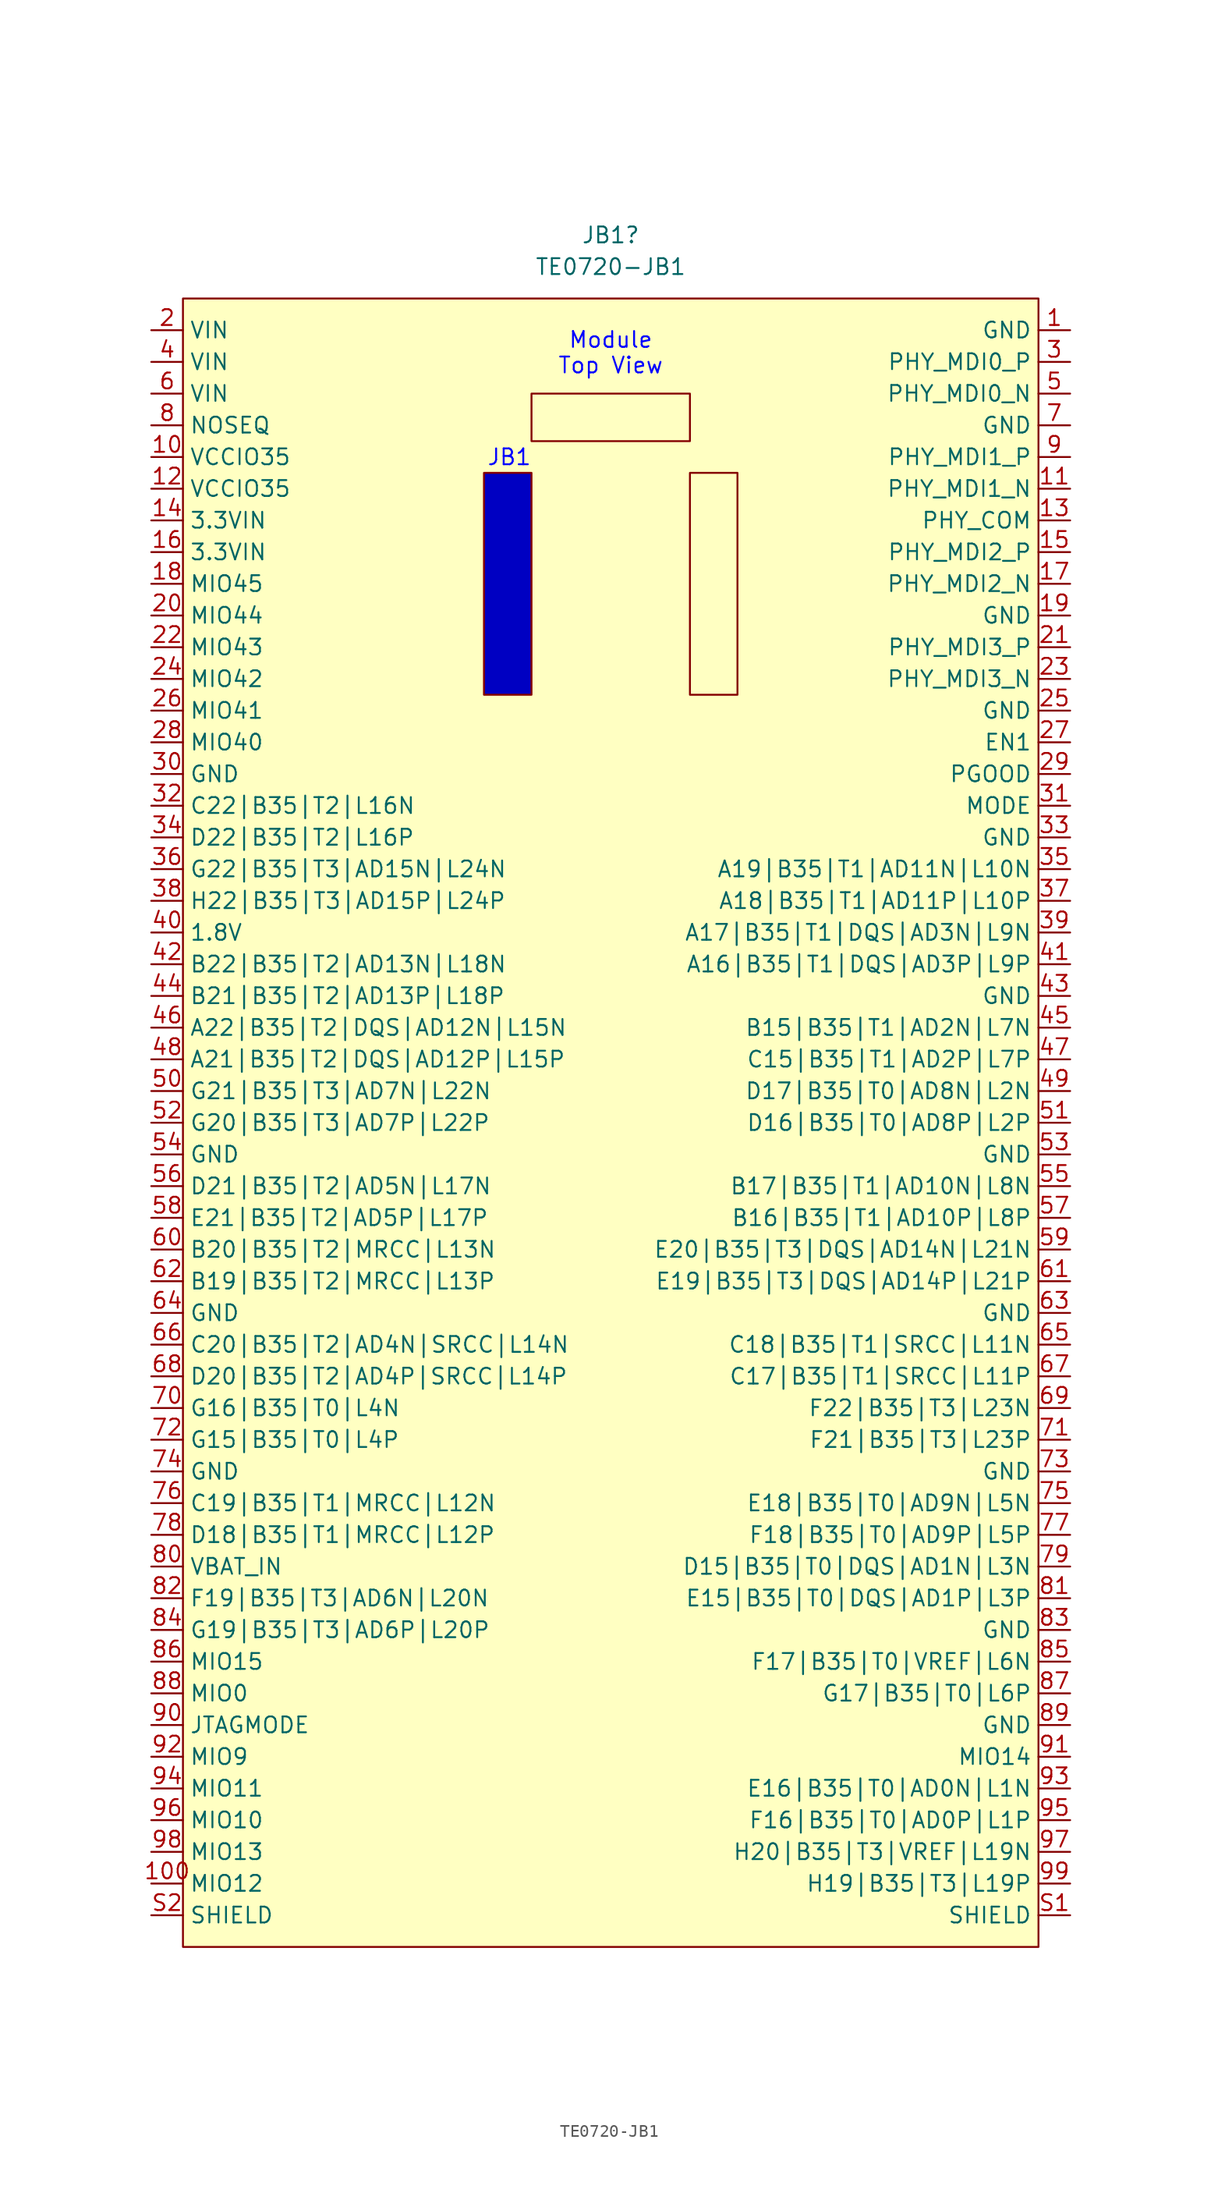
<source format=kicad_sym>
(kicad_symbol_lib
  (version 20241209)
  (generator "kicad_symbol_editor")
  (generator_version "9.0")
  (symbol "TE0720-JB1"
    (property "Reference" "JB1"
      (at 0 66.04 0)
      (effects (font (size 1.27 1.27))))
    (property "Value" "TE0720-JB1"
      (at 0 63.5 0)
      (effects (font (size 1.27 1.27))))
    (symbol "TE0720-JB1_0_1"
      (rectangle (start -6.35 53.34) (end 6.35 49.53) (stroke (width 0) (type default)) (fill (type none)))
      (rectangle (start 6.35 29.21) (end 10.16 46.99) (stroke (width 0) (type default)) (fill (type none))))
    (symbol "TE0720-JB1_1_1"
      (rectangle (start -34.29 60.96) (end 34.29 -71.12) (stroke (width 0) (type default)) (fill (type background)))
      (rectangle (start -10.16 46.99) (end -6.35 29.21) (stroke (width 0) (type default)) (fill (type color) (color 0 0 194 1)))
      (text "JB1" (at -8.128 48.26 0) (effects (font (size 1.27 1.27) (color 0 0 255 1))))
      (text "Module\nTop View" (at 0 56.642 0) (effects (font (size 1.27 1.27) (color 0 0 255 1))))
      (pin power_in line (at -36.83 58.42 0) (length 2.54) (name "VIN" (effects (font (size 1.27 1.27)))) (number "2" (effects (font (size 1.27 1.27)))))
      (pin power_in line (at -36.83 55.88 0) (length 2.54) (name "VIN" (effects (font (size 1.27 1.27)))) (number "4" (effects (font (size 1.27 1.27)))))
      (pin power_in line (at -36.83 53.34 0) (length 2.54) (name "VIN" (effects (font (size 1.27 1.27)))) (number "6" (effects (font (size 1.27 1.27)))))
      (pin input line (at -36.83 50.8 0) (length 2.54) (name "NOSEQ" (effects (font (size 1.27 1.27)))) (number "8" (effects (font (size 1.27 1.27)))))
      (pin power_in line (at -36.83 48.26 0) (length 2.54) (name "VCCIO35" (effects (font (size 1.27 1.27)))) (number "10" (effects (font (size 1.27 1.27)))))
      (pin power_in line (at -36.83 45.72 0) (length 2.54) (name "VCCIO35" (effects (font (size 1.27 1.27)))) (number "12" (effects (font (size 1.27 1.27)))))
      (pin power_in line (at -36.83 43.18 0) (length 2.54) (name "3.3VIN" (effects (font (size 1.27 1.27)))) (number "14" (effects (font (size 1.27 1.27)))))
      (pin power_in line (at -36.83 40.64 0) (length 2.54) (name "3.3VIN" (effects (font (size 1.27 1.27)))) (number "16" (effects (font (size 1.27 1.27)))))
      (pin bidirectional line (at -36.83 38.1 0) (length 2.54) (name "MIO45" (effects (font (size 1.27 1.27)))) (number "18" (effects (font (size 1.27 1.27)))))
      (pin bidirectional line (at -36.83 35.56 0) (length 2.54) (name "MIO44" (effects (font (size 1.27 1.27)))) (number "20" (effects (font (size 1.27 1.27)))))
      (pin bidirectional line (at -36.83 33.02 0) (length 2.54) (name "MIO43" (effects (font (size 1.27 1.27)))) (number "22" (effects (font (size 1.27 1.27)))))
      (pin bidirectional line (at -36.83 30.48 0) (length 2.54) (name "MIO42" (effects (font (size 1.27 1.27)))) (number "24" (effects (font (size 1.27 1.27)))))
      (pin bidirectional line (at -36.83 27.94 0) (length 2.54) (name "MIO41" (effects (font (size 1.27 1.27)))) (number "26" (effects (font (size 1.27 1.27)))))
      (pin bidirectional line (at -36.83 25.4 0) (length 2.54) (name "MIO40" (effects (font (size 1.27 1.27)))) (number "28" (effects (font (size 1.27 1.27)))))
      (pin passive line (at -36.83 22.86 0) (length 2.54) (name "GND" (effects (font (size 1.27 1.27)))) (number "30" (effects (font (size 1.27 1.27)))))
      (pin bidirectional line (at -36.83 20.32 0) (length 2.54) (name "C22|B35|T2|L16N" (effects (font (size 1.27 1.27)))) (number "32" (effects (font (size 1.27 1.27)))))
      (pin bidirectional line (at -36.83 17.78 0) (length 2.54) (name "D22|B35|T2|L16P" (effects (font (size 1.27 1.27)))) (number "34" (effects (font (size 1.27 1.27)))))
      (pin bidirectional line (at -36.83 15.24 0) (length 2.54) (name "G22|B35|T3|AD15N|L24N" (effects (font (size 1.27 1.27)))) (number "36" (effects (font (size 1.27 1.27)))))
      (pin bidirectional line (at -36.83 12.7 0) (length 2.54) (name "H22|B35|T3|AD15P|L24P" (effects (font (size 1.27 1.27)))) (number "38" (effects (font (size 1.27 1.27)))))
      (pin power_out line (at -36.83 10.16 0) (length 2.54) (name "1.8V" (effects (font (size 1.27 1.27)))) (number "40" (effects (font (size 1.27 1.27)))))
      (pin bidirectional line (at -36.83 7.62 0) (length 2.54) (name "B22|B35|T2|AD13N|L18N" (effects (font (size 1.27 1.27)))) (number "42" (effects (font (size 1.27 1.27)))))
      (pin bidirectional line (at -36.83 5.08 0) (length 2.54) (name "B21|B35|T2|AD13P|L18P" (effects (font (size 1.27 1.27)))) (number "44" (effects (font (size 1.27 1.27)))))
      (pin bidirectional line (at -36.83 2.54 0) (length 2.54) (name "A22|B35|T2|DQS|AD12N|L15N" (effects (font (size 1.27 1.27)))) (number "46" (effects (font (size 1.27 1.27)))))
      (pin bidirectional line (at -36.83 0 0) (length 2.54) (name "A21|B35|T2|DQS|AD12P|L15P" (effects (font (size 1.27 1.27)))) (number "48" (effects (font (size 1.27 1.27)))))
      (pin bidirectional line (at -36.83 -2.54 0) (length 2.54) (name "G21|B35|T3|AD7N|L22N" (effects (font (size 1.27 1.27)))) (number "50" (effects (font (size 1.27 1.27)))))
      (pin bidirectional line (at -36.83 -5.08 0) (length 2.54) (name "G20|B35|T3|AD7P|L22P" (effects (font (size 1.27 1.27)))) (number "52" (effects (font (size 1.27 1.27)))))
      (pin passive line (at -36.83 -7.62 0) (length 2.54) (name "GND" (effects (font (size 1.27 1.27)))) (number "54" (effects (font (size 1.27 1.27)))))
      (pin bidirectional line (at -36.83 -10.16 0) (length 2.54) (name "D21|B35|T2|AD5N|L17N" (effects (font (size 1.27 1.27)))) (number "56" (effects (font (size 1.27 1.27)))))
      (pin bidirectional line (at -36.83 -12.7 0) (length 2.54) (name "E21|B35|T2|AD5P|L17P" (effects (font (size 1.27 1.27)))) (number "58" (effects (font (size 1.27 1.27)))))
      (pin bidirectional line (at -36.83 -15.24 0) (length 2.54) (name "B20|B35|T2|MRCC|L13N" (effects (font (size 1.27 1.27)))) (number "60" (effects (font (size 1.27 1.27)))))
      (pin bidirectional line (at -36.83 -17.78 0) (length 2.54) (name "B19|B35|T2|MRCC|L13P" (effects (font (size 1.27 1.27)))) (number "62" (effects (font (size 1.27 1.27)))))
      (pin passive line (at -36.83 -20.32 0) (length 2.54) (name "GND" (effects (font (size 1.27 1.27)))) (number "64" (effects (font (size 1.27 1.27)))))
      (pin bidirectional line (at -36.83 -22.86 0) (length 2.54) (name "C20|B35|T2|AD4N|SRCC|L14N" (effects (font (size 1.27 1.27)))) (number "66" (effects (font (size 1.27 1.27)))))
      (pin bidirectional line (at -36.83 -25.4 0) (length 2.54) (name "D20|B35|T2|AD4P|SRCC|L14P" (effects (font (size 1.27 1.27)))) (number "68" (effects (font (size 1.27 1.27)))))
      (pin bidirectional line (at -36.83 -27.94 0) (length 2.54) (name "G16|B35|T0|L4N" (effects (font (size 1.27 1.27)))) (number "70" (effects (font (size 1.27 1.27)))))
      (pin bidirectional line (at -36.83 -30.48 0) (length 2.54) (name "G15|B35|T0|L4P" (effects (font (size 1.27 1.27)))) (number "72" (effects (font (size 1.27 1.27)))))
      (pin passive line (at -36.83 -33.02 0) (length 2.54) (name "GND" (effects (font (size 1.27 1.27)))) (number "74" (effects (font (size 1.27 1.27)))))
      (pin bidirectional line (at -36.83 -35.56 0) (length 2.54) (name "C19|B35|T1|MRCC|L12N" (effects (font (size 1.27 1.27)))) (number "76" (effects (font (size 1.27 1.27)))))
      (pin bidirectional line (at -36.83 -38.1 0) (length 2.54) (name "D18|B35|T1|MRCC|L12P" (effects (font (size 1.27 1.27)))) (number "78" (effects (font (size 1.27 1.27)))))
      (pin power_in line (at -36.83 -40.64 0) (length 2.54) (name "VBAT_IN" (effects (font (size 1.27 1.27)))) (number "80" (effects (font (size 1.27 1.27)))))
      (pin bidirectional line (at -36.83 -43.18 0) (length 2.54) (name "F19|B35|T3|AD6N|L20N" (effects (font (size 1.27 1.27)))) (number "82" (effects (font (size 1.27 1.27)))))
      (pin bidirectional line (at -36.83 -45.72 0) (length 2.54) (name "G19|B35|T3|AD6P|L20P" (effects (font (size 1.27 1.27)))) (number "84" (effects (font (size 1.27 1.27)))))
      (pin bidirectional line (at -36.83 -48.26 0) (length 2.54) (name "MIO15" (effects (font (size 1.27 1.27)))) (number "86" (effects (font (size 1.27 1.27)))))
      (pin bidirectional line (at -36.83 -50.8 0) (length 2.54) (name "MIO0" (effects (font (size 1.27 1.27)))) (number "88" (effects (font (size 1.27 1.27)))))
      (pin input line (at -36.83 -53.34 0) (length 2.54) (name "JTAGMODE" (effects (font (size 1.27 1.27)))) (number "90" (effects (font (size 1.27 1.27)))))
      (pin bidirectional line (at -36.83 -55.88 0) (length 2.54) (name "MIO9" (effects (font (size 1.27 1.27)))) (number "92" (effects (font (size 1.27 1.27)))))
      (pin bidirectional line (at -36.83 -58.42 0) (length 2.54) (name "MIO11" (effects (font (size 1.27 1.27)))) (number "94" (effects (font (size 1.27 1.27)))))
      (pin bidirectional line (at -36.83 -60.96 0) (length 2.54) (name "MIO10" (effects (font (size 1.27 1.27)))) (number "96" (effects (font (size 1.27 1.27)))))
      (pin bidirectional line (at -36.83 -63.5 0) (length 2.54) (name "MIO13" (effects (font (size 1.27 1.27)))) (number "98" (effects (font (size 1.27 1.27)))))
      (pin bidirectional line (at -36.83 -66.04 0) (length 2.54) (name "MIO12" (effects (font (size 1.27 1.27)))) (number "100" (effects (font (size 1.27 1.27)))))
      (pin passive line (at -36.83 -68.58 0) (length 2.54) (name "SHIELD" (effects (font (size 1.27 1.27)))) (number "S2" (effects (font (size 1.27 1.27)))))
      (pin passive line (at 36.83 58.42 180) (length 2.54) (name "GND" (effects (font (size 1.27 1.27)))) (number "1" (effects (font (size 1.27 1.27)))))
      (pin bidirectional line (at 36.83 55.88 180) (length 2.54) (name "PHY_MDI0_P" (effects (font (size 1.27 1.27)))) (number "3" (effects (font (size 1.27 1.27)))))
      (pin bidirectional line (at 36.83 53.34 180) (length 2.54) (name "PHY_MDI0_N" (effects (font (size 1.27 1.27)))) (number "5" (effects (font (size 1.27 1.27)))))
      (pin passive line (at 36.83 50.8 180) (length 2.54) (name "GND" (effects (font (size 1.27 1.27)))) (number "7" (effects (font (size 1.27 1.27)))))
      (pin bidirectional line (at 36.83 48.26 180) (length 2.54) (name "PHY_MDI1_P" (effects (font (size 1.27 1.27)))) (number "9" (effects (font (size 1.27 1.27)))))
      (pin bidirectional line (at 36.83 45.72 180) (length 2.54) (name "PHY_MDI1_N" (effects (font (size 1.27 1.27)))) (number "11" (effects (font (size 1.27 1.27)))))
      (pin passive line (at 36.83 43.18 180) (length 2.54) (name "PHY_COM" (effects (font (size 1.27 1.27)))) (number "13" (effects (font (size 1.27 1.27)))))
      (pin bidirectional line (at 36.83 40.64 180) (length 2.54) (name "PHY_MDI2_P" (effects (font (size 1.27 1.27)))) (number "15" (effects (font (size 1.27 1.27)))))
      (pin bidirectional line (at 36.83 38.1 180) (length 2.54) (name "PHY_MDI2_N" (effects (font (size 1.27 1.27)))) (number "17" (effects (font (size 1.27 1.27)))))
      (pin passive line (at 36.83 35.56 180) (length 2.54) (name "GND" (effects (font (size 1.27 1.27)))) (number "19" (effects (font (size 1.27 1.27)))))
      (pin bidirectional line (at 36.83 33.02 180) (length 2.54) (name "PHY_MDI3_P" (effects (font (size 1.27 1.27)))) (number "21" (effects (font (size 1.27 1.27)))))
      (pin bidirectional line (at 36.83 30.48 180) (length 2.54) (name "PHY_MDI3_N" (effects (font (size 1.27 1.27)))) (number "23" (effects (font (size 1.27 1.27)))))
      (pin passive line (at 36.83 27.94 180) (length 2.54) (name "GND" (effects (font (size 1.27 1.27)))) (number "25" (effects (font (size 1.27 1.27)))))
      (pin input line (at 36.83 25.4 180) (length 2.54) (name "EN1" (effects (font (size 1.27 1.27)))) (number "27" (effects (font (size 1.27 1.27)))))
      (pin output line (at 36.83 22.86 180) (length 2.54) (name "PGOOD" (effects (font (size 1.27 1.27)))) (number "29" (effects (font (size 1.27 1.27)))))
      (pin input line (at 36.83 20.32 180) (length 2.54) (name "MODE" (effects (font (size 1.27 1.27)))) (number "31" (effects (font (size 1.27 1.27)))))
      (pin passive line (at 36.83 17.78 180) (length 2.54) (name "GND" (effects (font (size 1.27 1.27)))) (number "33" (effects (font (size 1.27 1.27)))))
      (pin bidirectional line (at 36.83 15.24 180) (length 2.54) (name "A19|B35|T1|AD11N|L10N" (effects (font (size 1.27 1.27)))) (number "35" (effects (font (size 1.27 1.27)))))
      (pin bidirectional line (at 36.83 12.7 180) (length 2.54) (name "A18|B35|T1|AD11P|L10P" (effects (font (size 1.27 1.27)))) (number "37" (effects (font (size 1.27 1.27)))))
      (pin bidirectional line (at 36.83 10.16 180) (length 2.54) (name "A17|B35|T1|DQS|AD3N|L9N" (effects (font (size 1.27 1.27)))) (number "39" (effects (font (size 1.27 1.27)))))
      (pin bidirectional line (at 36.83 7.62 180) (length 2.54) (name "A16|B35|T1|DQS|AD3P|L9P" (effects (font (size 1.27 1.27)))) (number "41" (effects (font (size 1.27 1.27)))))
      (pin passive line (at 36.83 5.08 180) (length 2.54) (name "GND" (effects (font (size 1.27 1.27)))) (number "43" (effects (font (size 1.27 1.27)))))
      (pin bidirectional line (at 36.83 2.54 180) (length 2.54) (name "B15|B35|T1|AD2N|L7N" (effects (font (size 1.27 1.27)))) (number "45" (effects (font (size 1.27 1.27)))))
      (pin bidirectional line (at 36.83 0 180) (length 2.54) (name "C15|B35|T1|AD2P|L7P" (effects (font (size 1.27 1.27)))) (number "47" (effects (font (size 1.27 1.27)))))
      (pin bidirectional line (at 36.83 -2.54 180) (length 2.54) (name "D17|B35|T0|AD8N|L2N" (effects (font (size 1.27 1.27)))) (number "49" (effects (font (size 1.27 1.27)))))
      (pin bidirectional line (at 36.83 -5.08 180) (length 2.54) (name "D16|B35|T0|AD8P|L2P" (effects (font (size 1.27 1.27)))) (number "51" (effects (font (size 1.27 1.27)))))
      (pin passive line (at 36.83 -7.62 180) (length 2.54) (name "GND" (effects (font (size 1.27 1.27)))) (number "53" (effects (font (size 1.27 1.27)))))
      (pin bidirectional line (at 36.83 -10.16 180) (length 2.54) (name "B17|B35|T1|AD10N|L8N" (effects (font (size 1.27 1.27)))) (number "55" (effects (font (size 1.27 1.27)))))
      (pin bidirectional line (at 36.83 -12.7 180) (length 2.54) (name "B16|B35|T1|AD10P|L8P" (effects (font (size 1.27 1.27)))) (number "57" (effects (font (size 1.27 1.27)))))
      (pin bidirectional line (at 36.83 -15.24 180) (length 2.54) (name "E20|B35|T3|DQS|AD14N|L21N" (effects (font (size 1.27 1.27)))) (number "59" (effects (font (size 1.27 1.27)))))
      (pin bidirectional line (at 36.83 -17.78 180) (length 2.54) (name "E19|B35|T3|DQS|AD14P|L21P" (effects (font (size 1.27 1.27)))) (number "61" (effects (font (size 1.27 1.27)))))
      (pin passive line (at 36.83 -20.32 180) (length 2.54) (name "GND" (effects (font (size 1.27 1.27)))) (number "63" (effects (font (size 1.27 1.27)))))
      (pin bidirectional line (at 36.83 -22.86 180) (length 2.54) (name "C18|B35|T1|SRCC|L11N" (effects (font (size 1.27 1.27)))) (number "65" (effects (font (size 1.27 1.27)))))
      (pin bidirectional line (at 36.83 -25.4 180) (length 2.54) (name "C17|B35|T1|SRCC|L11P" (effects (font (size 1.27 1.27)))) (number "67" (effects (font (size 1.27 1.27)))))
      (pin bidirectional line (at 36.83 -27.94 180) (length 2.54) (name "F22|B35|T3|L23N" (effects (font (size 1.27 1.27)))) (number "69" (effects (font (size 1.27 1.27)))))
      (pin bidirectional line (at 36.83 -30.48 180) (length 2.54) (name "F21|B35|T3|L23P" (effects (font (size 1.27 1.27)))) (number "71" (effects (font (size 1.27 1.27)))))
      (pin passive line (at 36.83 -33.02 180) (length 2.54) (name "GND" (effects (font (size 1.27 1.27)))) (number "73" (effects (font (size 1.27 1.27)))))
      (pin bidirectional line (at 36.83 -35.56 180) (length 2.54) (name "E18|B35|T0|AD9N|L5N" (effects (font (size 1.27 1.27)))) (number "75" (effects (font (size 1.27 1.27)))))
      (pin bidirectional line (at 36.83 -38.1 180) (length 2.54) (name "F18|B35|T0|AD9P|L5P" (effects (font (size 1.27 1.27)))) (number "77" (effects (font (size 1.27 1.27)))))
      (pin bidirectional line (at 36.83 -40.64 180) (length 2.54) (name "D15|B35|T0|DQS|AD1N|L3N" (effects (font (size 1.27 1.27)))) (number "79" (effects (font (size 1.27 1.27)))))
      (pin bidirectional line (at 36.83 -43.18 180) (length 2.54) (name "E15|B35|T0|DQS|AD1P|L3P" (effects (font (size 1.27 1.27)))) (number "81" (effects (font (size 1.27 1.27)))))
      (pin passive line (at 36.83 -45.72 180) (length 2.54) (name "GND" (effects (font (size 1.27 1.27)))) (number "83" (effects (font (size 1.27 1.27)))))
      (pin bidirectional line (at 36.83 -48.26 180) (length 2.54) (name "F17|B35|T0|VREF|L6N" (effects (font (size 1.27 1.27)))) (number "85" (effects (font (size 1.27 1.27)))))
      (pin bidirectional line (at 36.83 -50.8 180) (length 2.54) (name "G17|B35|T0|L6P" (effects (font (size 1.27 1.27)))) (number "87" (effects (font (size 1.27 1.27)))))
      (pin passive line (at 36.83 -53.34 180) (length 2.54) (name "GND" (effects (font (size 1.27 1.27)))) (number "89" (effects (font (size 1.27 1.27)))))
      (pin bidirectional line (at 36.83 -55.88 180) (length 2.54) (name "MIO14" (effects (font (size 1.27 1.27)))) (number "91" (effects (font (size 1.27 1.27)))))
      (pin bidirectional line (at 36.83 -58.42 180) (length 2.54) (name "E16|B35|T0|AD0N|L1N" (effects (font (size 1.27 1.27)))) (number "93" (effects (font (size 1.27 1.27)))))
      (pin bidirectional line (at 36.83 -60.96 180) (length 2.54) (name "F16|B35|T0|AD0P|L1P" (effects (font (size 1.27 1.27)))) (number "95" (effects (font (size 1.27 1.27)))))
      (pin bidirectional line (at 36.83 -63.5 180) (length 2.54) (name "H20|B35|T3|VREF|L19N" (effects (font (size 1.27 1.27)))) (number "97" (effects (font (size 1.27 1.27)))))
      (pin bidirectional line (at 36.83 -66.04 180) (length 2.54) (name "H19|B35|T3|L19P" (effects (font (size 1.27 1.27)))) (number "99" (effects (font (size 1.27 1.27)))))
      (pin passive line (at 36.83 -68.58 180) (length 2.54) (name "SHIELD" (effects (font (size 1.27 1.27)))) (number "S1" (effects (font (size 1.27 1.27))))))))
</source>
